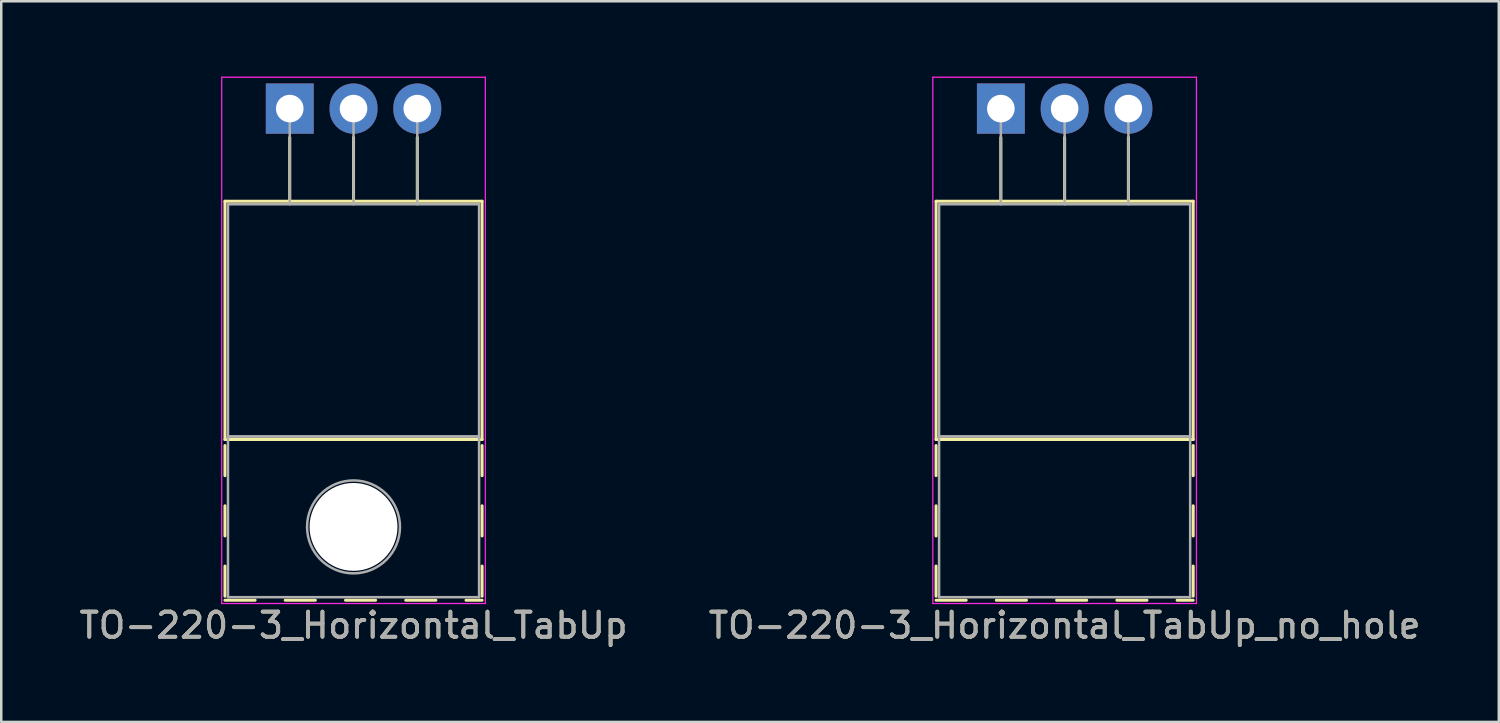
<source format=kicad_pcb>
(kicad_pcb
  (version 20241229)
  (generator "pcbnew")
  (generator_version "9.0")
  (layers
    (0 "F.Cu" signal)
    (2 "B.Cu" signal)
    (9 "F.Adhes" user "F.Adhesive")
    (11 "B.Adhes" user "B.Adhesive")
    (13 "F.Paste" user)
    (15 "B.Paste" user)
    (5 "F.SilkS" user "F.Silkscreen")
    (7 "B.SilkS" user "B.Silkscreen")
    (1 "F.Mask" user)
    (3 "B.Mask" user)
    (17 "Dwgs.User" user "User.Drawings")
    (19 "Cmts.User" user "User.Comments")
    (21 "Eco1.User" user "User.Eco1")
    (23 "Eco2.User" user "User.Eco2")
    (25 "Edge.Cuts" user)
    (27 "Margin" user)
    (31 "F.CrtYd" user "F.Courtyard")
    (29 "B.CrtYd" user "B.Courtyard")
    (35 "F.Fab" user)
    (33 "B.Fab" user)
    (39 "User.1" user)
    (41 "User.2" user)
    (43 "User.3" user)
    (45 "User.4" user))
  (footprint "TO-220-3_Horizontal_TabUp_no_hole"
    (layer "F.Cu")
    (at 36.811 1.275)
    (property "Reference" "TO-220-3_Horizontal_TabUp_no_hole" (at 2.54 20.58 0) (layer "F.SilkS") (effects (font (size 1 1) (thickness 0.15))))
    (attr through_hole)
    (fp_line (start -2.58 3.69) (end -2.58 13.18) (stroke (width 0.12) (type solid)) (layer "F.SilkS"))
    (fp_line (start -2.58 3.69) (end 7.66 3.69) (stroke (width 0.12) (type solid)) (layer "F.SilkS"))
    (fp_line (start -2.58 13.18) (end 7.66 13.18) (stroke (width 0.12) (type solid)) (layer "F.SilkS"))
    (fp_line (start -2.58 13.42) (end -2.58 14.62) (stroke (width 0.12) (type solid)) (layer "F.SilkS"))
    (fp_line (start -2.58 15.82) (end -2.58 17.02) (stroke (width 0.12) (type solid)) (layer "F.SilkS"))
    (fp_line (start -2.58 18.22) (end -2.58 19.42) (stroke (width 0.12) (type solid)) (layer "F.SilkS"))
    (fp_line (start -2.58 19.58) (end -1.38 19.58) (stroke (width 0.12) (type solid)) (layer "F.SilkS"))
    (fp_line (start -0.181 19.58) (end 1.02 19.58) (stroke (width 0.12) (type solid)) (layer "F.SilkS"))
    (fp_line (start 0 1.15) (end 0 3.69) (stroke (width 0.12) (type solid)) (layer "F.SilkS"))
    (fp_line (start 2.22 19.58) (end 3.42 19.58) (stroke (width 0.12) (type solid)) (layer "F.SilkS"))
    (fp_line (start 2.54 1.15) (end 2.54 3.69) (stroke (width 0.12) (type solid)) (layer "F.SilkS"))
    (fp_line (start 4.62 19.58) (end 5.82 19.58) (stroke (width 0.12) (type solid)) (layer "F.SilkS"))
    (fp_line (start 5.08 1.15) (end 5.08 3.69) (stroke (width 0.12) (type solid)) (layer "F.SilkS"))
    (fp_line (start 7.02 19.58) (end 7.66 19.58) (stroke (width 0.12) (type solid)) (layer "F.SilkS"))
    (fp_line (start 7.66 3.69) (end 7.66 13.18) (stroke (width 0.12) (type solid)) (layer "F.SilkS"))
    (fp_line (start 7.66 13.42) (end 7.66 14.62) (stroke (width 0.12) (type solid)) (layer "F.SilkS"))
    (fp_line (start 7.66 15.82) (end 7.66 17.02) (stroke (width 0.12) (type solid)) (layer "F.SilkS"))
    (fp_line (start 7.66 18.22) (end 7.66 19.42) (stroke (width 0.12) (type solid)) (layer "F.SilkS"))
    (fp_line (start -2.71 -1.25) (end -2.71 19.71) (stroke (width 0.05) (type solid)) (layer "F.CrtYd"))
    (fp_line (start -2.71 19.71) (end 7.79 19.71) (stroke (width 0.05) (type solid)) (layer "F.CrtYd"))
    (fp_line (start 7.79 -1.25) (end -2.71 -1.25) (stroke (width 0.05) (type solid)) (layer "F.CrtYd"))
    (fp_line (start 7.79 19.71) (end 7.79 -1.25) (stroke (width 0.05) (type solid)) (layer "F.CrtYd"))
    (fp_line (start -2.46 3.81) (end -2.46 13.06) (stroke (width 0.1) (type solid)) (layer "F.Fab"))
    (fp_line (start -2.46 13.06) (end -2.46 19.46) (stroke (width 0.1) (type solid)) (layer "F.Fab"))
    (fp_line (start -2.46 13.06) (end 7.54 13.06) (stroke (width 0.1) (type solid)) (layer "F.Fab"))
    (fp_line (start -2.46 19.46) (end 7.54 19.46) (stroke (width 0.1) (type solid)) (layer "F.Fab"))
    (fp_line (start 0 3.81) (end 0 0) (stroke (width 0.1) (type solid)) (layer "F.Fab"))
    (fp_line (start 2.54 3.81) (end 2.54 0) (stroke (width 0.1) (type solid)) (layer "F.Fab"))
    (fp_line (start 5.08 3.81) (end 5.08 0) (stroke (width 0.1) (type solid)) (layer "F.Fab"))
    (fp_line (start 7.54 3.81) (end -2.46 3.81) (stroke (width 0.1) (type solid)) (layer "F.Fab"))
    (fp_line (start 7.54 13.06) (end -2.46 13.06) (stroke (width 0.1) (type solid)) (layer "F.Fab"))
    (fp_line (start 7.54 13.06) (end 7.54 3.81) (stroke (width 0.1) (type solid)) (layer "F.Fab"))
    (fp_line (start 7.54 19.46) (end 7.54 13.06) (stroke (width 0.1) (type solid)) (layer "F.Fab"))
    (fp_text user "${REFERENCE}" (at 2.54 20.58 0) (layer "F.Fab") (effects (font (size 1 1) (thickness 0.15))))
    (pad "1" thru_hole rect (at 0 0) (size 1.905 2) (drill 1.1) (layers "*.Cu" "*.Mask"))
    (pad "2" thru_hole oval (at 2.54 0) (size 1.905 2) (drill 1.1) (layers "*.Cu" "*.Mask"))
    (pad "3" thru_hole oval (at 5.08 0) (size 1.905 2) (drill 1.1) (layers "*.Cu" "*.Mask")))
  (footprint "TO-220-3_Horizontal_TabUp"
    (layer "F.Cu")
    (at 8.49 1.275)
    (property "Reference" "TO-220-3_Horizontal_TabUp" (at 2.54 20.58 0) (layer "F.SilkS") (effects (font (size 1 1) (thickness 0.15))))
    (attr through_hole)
    (fp_line (start -2.58 3.69) (end -2.58 13.18) (stroke (width 0.12) (type solid)) (layer "F.SilkS"))
    (fp_line (start -2.58 3.69) (end 7.66 3.69) (stroke (width 0.12) (type solid)) (layer "F.SilkS"))
    (fp_line (start -2.58 13.18) (end 7.66 13.18) (stroke (width 0.12) (type solid)) (layer "F.SilkS"))
    (fp_line (start -2.58 13.42) (end -2.58 14.62) (stroke (width 0.12) (type solid)) (layer "F.SilkS"))
    (fp_line (start -2.58 15.82) (end -2.58 17.02) (stroke (width 0.12) (type solid)) (layer "F.SilkS"))
    (fp_line (start -2.58 18.22) (end -2.58 19.42) (stroke (width 0.12) (type solid)) (layer "F.SilkS"))
    (fp_line (start -2.58 19.58) (end -1.38 19.58) (stroke (width 0.12) (type solid)) (layer "F.SilkS"))
    (fp_line (start -0.181 19.58) (end 1.02 19.58) (stroke (width 0.12) (type solid)) (layer "F.SilkS"))
    (fp_line (start 0 1.15) (end 0 3.69) (stroke (width 0.12) (type solid)) (layer "F.SilkS"))
    (fp_line (start 2.22 19.58) (end 3.42 19.58) (stroke (width 0.12) (type solid)) (layer "F.SilkS"))
    (fp_line (start 2.54 1.15) (end 2.54 3.69) (stroke (width 0.12) (type solid)) (layer "F.SilkS"))
    (fp_line (start 4.62 19.58) (end 5.82 19.58) (stroke (width 0.12) (type solid)) (layer "F.SilkS"))
    (fp_line (start 5.08 1.15) (end 5.08 3.69) (stroke (width 0.12) (type solid)) (layer "F.SilkS"))
    (fp_line (start 7.02 19.58) (end 7.66 19.58) (stroke (width 0.12) (type solid)) (layer "F.SilkS"))
    (fp_line (start 7.66 3.69) (end 7.66 13.18) (stroke (width 0.12) (type solid)) (layer "F.SilkS"))
    (fp_line (start 7.66 13.42) (end 7.66 14.62) (stroke (width 0.12) (type solid)) (layer "F.SilkS"))
    (fp_line (start 7.66 15.82) (end 7.66 17.02) (stroke (width 0.12) (type solid)) (layer "F.SilkS"))
    (fp_line (start 7.66 18.22) (end 7.66 19.42) (stroke (width 0.12) (type solid)) (layer "F.SilkS"))
    (fp_line (start -2.71 -1.25) (end -2.71 19.71) (stroke (width 0.05) (type solid)) (layer "F.CrtYd"))
    (fp_line (start -2.71 19.71) (end 7.79 19.71) (stroke (width 0.05) (type solid)) (layer "F.CrtYd"))
    (fp_line (start 7.79 -1.25) (end -2.71 -1.25) (stroke (width 0.05) (type solid)) (layer "F.CrtYd"))
    (fp_line (start 7.79 19.71) (end 7.79 -1.25) (stroke (width 0.05) (type solid)) (layer "F.CrtYd"))
    (fp_line (start -2.46 3.81) (end -2.46 13.06) (stroke (width 0.1) (type solid)) (layer "F.Fab"))
    (fp_line (start -2.46 13.06) (end -2.46 19.46) (stroke (width 0.1) (type solid)) (layer "F.Fab"))
    (fp_line (start -2.46 13.06) (end 7.54 13.06) (stroke (width 0.1) (type solid)) (layer "F.Fab"))
    (fp_line (start -2.46 19.46) (end 7.54 19.46) (stroke (width 0.1) (type solid)) (layer "F.Fab"))
    (fp_line (start 0 3.81) (end 0 0) (stroke (width 0.1) (type solid)) (layer "F.Fab"))
    (fp_line (start 2.54 3.81) (end 2.54 0) (stroke (width 0.1) (type solid)) (layer "F.Fab"))
    (fp_line (start 5.08 3.81) (end 5.08 0) (stroke (width 0.1) (type solid)) (layer "F.Fab"))
    (fp_line (start 7.54 3.81) (end -2.46 3.81) (stroke (width 0.1) (type solid)) (layer "F.Fab"))
    (fp_line (start 7.54 13.06) (end -2.46 13.06) (stroke (width 0.1) (type solid)) (layer "F.Fab"))
    (fp_line (start 7.54 13.06) (end 7.54 3.81) (stroke (width 0.1) (type solid)) (layer "F.Fab"))
    (fp_line (start 7.54 19.46) (end 7.54 13.06) (stroke (width 0.1) (type solid)) (layer "F.Fab"))
    (fp_circle (center 2.54 16.66) (end 4.39 16.66) (stroke (width 0.1) (type solid)) (fill no) (layer "F.Fab"))
    (fp_text user "${REFERENCE}" (at 2.54 20.58 0) (layer "F.Fab") (effects (font (size 1 1) (thickness 0.15))))
    (pad "" np_thru_hole oval (at 2.54 16.66) (size 3.5 3.5) (drill 3.5) (layers "*.Cu" "*.Mask"))
    (pad "1" thru_hole rect (at 0 0) (size 1.905 2) (drill 1.1) (layers "*.Cu" "*.Mask"))
    (pad "2" thru_hole oval (at 2.54 0) (size 1.905 2) (drill 1.1) (layers "*.Cu" "*.Mask"))
    (pad "3" thru_hole oval (at 5.08 0) (size 1.905 2) (drill 1.1) (layers "*.Cu" "*.Mask")))
  (gr_rect
    (start -3 -3)
    (end 56.643 25.703)
    (stroke (width 0.1) (type default))
    (fill no)
    (layer "Edge.Cuts")))
</source>
